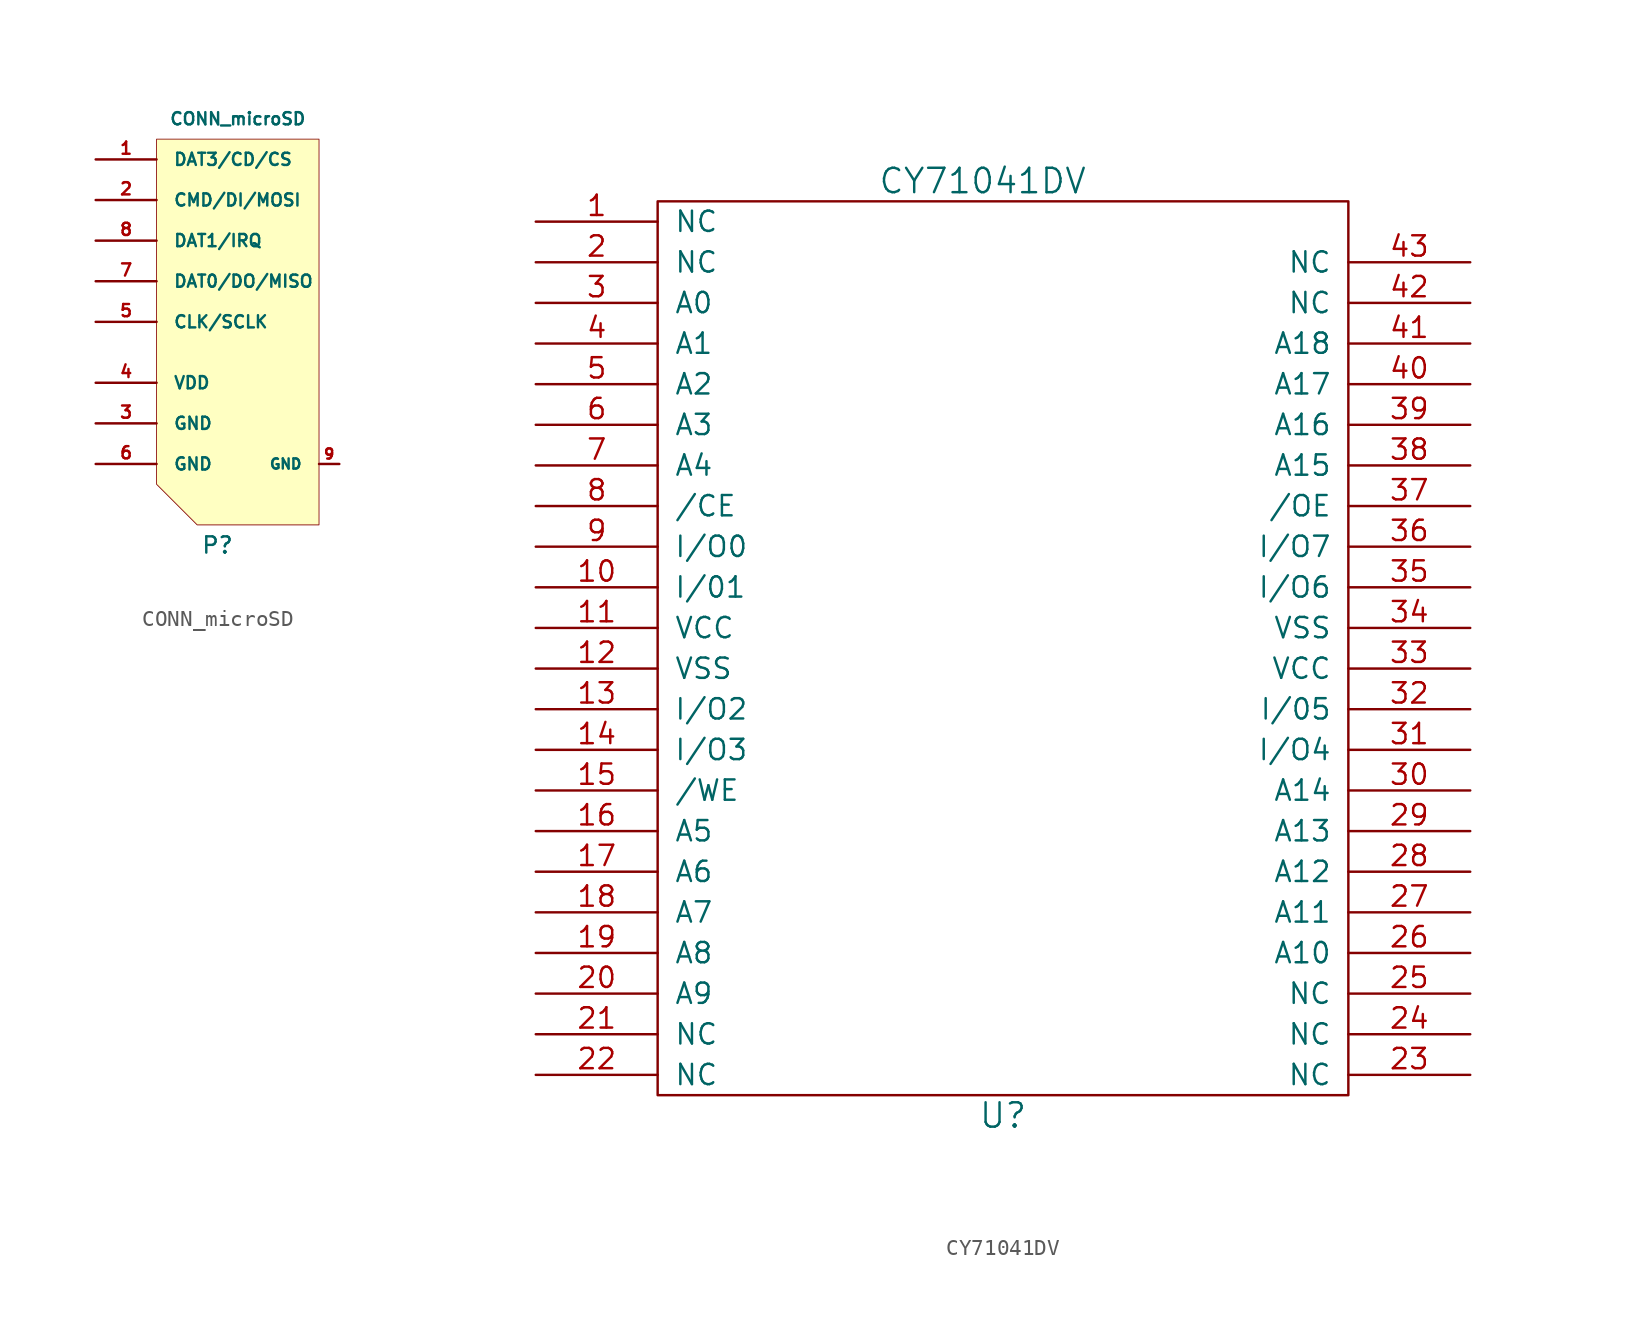
<source format=kicad_sym>
(kicad_symbol_lib
  (version 20211014)
  (generator kicad_symbol_editor)
  (symbol "CONN_microSD"
    (pin_names
      (offset 1.016))
    (property "Reference" "P"
      (at 0 -12.7 0)
      (effects (font (size 1.016 1.016))))
    (property "Value" "CONN_microSD"
      (at 1.27 13.97 0)
      (effects (font (size 0.762 0.762))))
    (property "Footprint" ""
      (at 0 0 0)
      (effects (font (size 1.524 1.524))))
    (property "Datasheet" ""
      (at 0 0 0)
      (effects (font (size 1.524 1.524))))
    (symbol "CONN_microSD_0_1"
      (polyline (pts (xy 6.35 12.7) (xy -3.81 12.7) (xy -3.81 -8.89) (xy -1.27 -11.43) (xy 6.35 -11.43) (xy 6.35 12.7) (xy 6.35 12.7)) (stroke (width 0.051) (type default) (color 0 0 0 0)) (fill (type background))))
    (symbol "CONN_microSD_1_1"
      (pin bidirectional line (at -7.62 11.43 0) (length 3.81) (name "DAT3/CD/CS" (effects (font (size 0.762 0.762)))) (number "1" (effects (font (size 0.762 0.762)))))
      (pin bidirectional line (at -7.62 8.89 0) (length 3.81) (name "CMD/DI/MOSI" (effects (font (size 0.762 0.762)))) (number "2" (effects (font (size 0.762 0.762)))))
      (pin power_in line (at -7.62 -5.08 0) (length 3.81) (name "GND" (effects (font (size 0.762 0.762)))) (number "3" (effects (font (size 0.762 0.762)))))
      (pin input line (at -7.62 -2.54 0) (length 3.81) (name "VDD" (effects (font (size 0.762 0.762)))) (number "4" (effects (font (size 0.762 0.762)))))
      (pin input line (at -7.62 1.27 0) (length 3.81) (name "CLK/SCLK" (effects (font (size 0.762 0.762)))) (number "5" (effects (font (size 0.762 0.762)))))
      (pin power_in line (at -7.62 -7.62 0) (length 3.81) (name "GND" (effects (font (size 0.762 0.762)))) (number "6" (effects (font (size 0.762 0.762)))))
      (pin bidirectional line (at -7.62 3.81 0) (length 3.81) (name "DAT0/DO/MISO" (effects (font (size 0.762 0.762)))) (number "7" (effects (font (size 0.762 0.762)))))
      (pin bidirectional line (at -7.62 6.35 0) (length 3.81) (name "DAT1/IRQ" (effects (font (size 0.762 0.762)))) (number "8" (effects (font (size 0.762 0.762)))))
      (pin power_in line (at 7.62 -7.62 180) (length 1.27) (name "GND" (effects (font (size 0.635 0.635)))) (number "9" (effects (font (size 0.635 0.635)))))))
  (symbol "CY71041DV"
    (pin_names
      (offset 1.016))
    (property "Reference" "U"
      (at 0 -27.94 0)
      (effects (font (size 1.524 1.524))))
    (property "Value" "CY71041DV"
      (at -1.27 30.48 0)
      (effects (font (size 1.524 1.524))))
    (property "Datasheet" ""
      (at 0 0 0)
      (effects (font (size 1.524 1.524))))
    (symbol "CY71041DV_0_1"
      (rectangle (start -21.59 29.21) (end 21.59 -26.67) (stroke (width 0) (type default) (color 0 0 0 0)) (fill (type none))))
    (symbol "CY71041DV_1_1"
      (pin input line (at -29.21 27.94 0) (length 7.62) (name "NC" (effects (font (size 1.27 1.27)))) (number "1" (effects (font (size 1.27 1.27)))))
      (pin input line (at -29.21 5.08 0) (length 7.62) (name "I/01" (effects (font (size 1.27 1.27)))) (number "10" (effects (font (size 1.27 1.27)))))
      (pin input line (at -29.21 2.54 0) (length 7.62) (name "VCC" (effects (font (size 1.27 1.27)))) (number "11" (effects (font (size 1.27 1.27)))))
      (pin input line (at -29.21 0 0) (length 7.62) (name "VSS" (effects (font (size 1.27 1.27)))) (number "12" (effects (font (size 1.27 1.27)))))
      (pin input line (at -29.21 -2.54 0) (length 7.62) (name "I/O2" (effects (font (size 1.27 1.27)))) (number "13" (effects (font (size 1.27 1.27)))))
      (pin input line (at -29.21 -5.08 0) (length 7.62) (name "I/O3" (effects (font (size 1.27 1.27)))) (number "14" (effects (font (size 1.27 1.27)))))
      (pin input line (at -29.21 -7.62 0) (length 7.62) (name "/WE" (effects (font (size 1.27 1.27)))) (number "15" (effects (font (size 1.27 1.27)))))
      (pin input line (at -29.21 -10.16 0) (length 7.62) (name "A5" (effects (font (size 1.27 1.27)))) (number "16" (effects (font (size 1.27 1.27)))))
      (pin input line (at -29.21 -12.7 0) (length 7.62) (name "A6" (effects (font (size 1.27 1.27)))) (number "17" (effects (font (size 1.27 1.27)))))
      (pin input line (at -29.21 -15.24 0) (length 7.62) (name "A7" (effects (font (size 1.27 1.27)))) (number "18" (effects (font (size 1.27 1.27)))))
      (pin input line (at -29.21 -17.78 0) (length 7.62) (name "A8" (effects (font (size 1.27 1.27)))) (number "19" (effects (font (size 1.27 1.27)))))
      (pin input line (at -29.21 25.4 0) (length 7.62) (name "NC" (effects (font (size 1.27 1.27)))) (number "2" (effects (font (size 1.27 1.27)))))
      (pin input line (at -29.21 -20.32 0) (length 7.62) (name "A9" (effects (font (size 1.27 1.27)))) (number "20" (effects (font (size 1.27 1.27)))))
      (pin input line (at -29.21 -22.86 0) (length 7.62) (name "NC" (effects (font (size 1.27 1.27)))) (number "21" (effects (font (size 1.27 1.27)))))
      (pin input line (at -29.21 -25.4 0) (length 7.62) (name "NC" (effects (font (size 1.27 1.27)))) (number "22" (effects (font (size 1.27 1.27)))))
      (pin input line (at 29.21 -25.4 180) (length 7.62) (name "NC" (effects (font (size 1.27 1.27)))) (number "23" (effects (font (size 1.27 1.27)))))
      (pin input line (at 29.21 -22.86 180) (length 7.62) (name "NC" (effects (font (size 1.27 1.27)))) (number "24" (effects (font (size 1.27 1.27)))))
      (pin input line (at 29.21 -20.32 180) (length 7.62) (name "NC" (effects (font (size 1.27 1.27)))) (number "25" (effects (font (size 1.27 1.27)))))
      (pin input line (at 29.21 -17.78 180) (length 7.62) (name "A10" (effects (font (size 1.27 1.27)))) (number "26" (effects (font (size 1.27 1.27)))))
      (pin input line (at 29.21 -15.24 180) (length 7.62) (name "A11" (effects (font (size 1.27 1.27)))) (number "27" (effects (font (size 1.27 1.27)))))
      (pin input line (at 29.21 -12.7 180) (length 7.62) (name "A12" (effects (font (size 1.27 1.27)))) (number "28" (effects (font (size 1.27 1.27)))))
      (pin input line (at 29.21 -10.16 180) (length 7.62) (name "A13" (effects (font (size 1.27 1.27)))) (number "29" (effects (font (size 1.27 1.27)))))
      (pin input line (at -29.21 22.86 0) (length 7.62) (name "A0" (effects (font (size 1.27 1.27)))) (number "3" (effects (font (size 1.27 1.27)))))
      (pin input line (at 29.21 -7.62 180) (length 7.62) (name "A14" (effects (font (size 1.27 1.27)))) (number "30" (effects (font (size 1.27 1.27)))))
      (pin input line (at 29.21 -5.08 180) (length 7.62) (name "I/O4" (effects (font (size 1.27 1.27)))) (number "31" (effects (font (size 1.27 1.27)))))
      (pin input line (at 29.21 -2.54 180) (length 7.62) (name "I/05" (effects (font (size 1.27 1.27)))) (number "32" (effects (font (size 1.27 1.27)))))
      (pin input line (at 29.21 0 180) (length 7.62) (name "VCC" (effects (font (size 1.27 1.27)))) (number "33" (effects (font (size 1.27 1.27)))))
      (pin input line (at 29.21 2.54 180) (length 7.62) (name "VSS" (effects (font (size 1.27 1.27)))) (number "34" (effects (font (size 1.27 1.27)))))
      (pin input line (at 29.21 5.08 180) (length 7.62) (name "I/O6" (effects (font (size 1.27 1.27)))) (number "35" (effects (font (size 1.27 1.27)))))
      (pin input line (at 29.21 7.62 180) (length 7.62) (name "I/O7" (effects (font (size 1.27 1.27)))) (number "36" (effects (font (size 1.27 1.27)))))
      (pin input line (at 29.21 10.16 180) (length 7.62) (name "/OE" (effects (font (size 1.27 1.27)))) (number "37" (effects (font (size 1.27 1.27)))))
      (pin input line (at 29.21 12.7 180) (length 7.62) (name "A15" (effects (font (size 1.27 1.27)))) (number "38" (effects (font (size 1.27 1.27)))))
      (pin input line (at 29.21 15.24 180) (length 7.62) (name "A16" (effects (font (size 1.27 1.27)))) (number "39" (effects (font (size 1.27 1.27)))))
      (pin input line (at -29.21 20.32 0) (length 7.62) (name "A1" (effects (font (size 1.27 1.27)))) (number "4" (effects (font (size 1.27 1.27)))))
      (pin input line (at 29.21 17.78 180) (length 7.62) (name "A17" (effects (font (size 1.27 1.27)))) (number "40" (effects (font (size 1.27 1.27)))))
      (pin input line (at 29.21 20.32 180) (length 7.62) (name "A18" (effects (font (size 1.27 1.27)))) (number "41" (effects (font (size 1.27 1.27)))))
      (pin input line (at 29.21 22.86 180) (length 7.62) (name "NC" (effects (font (size 1.27 1.27)))) (number "42" (effects (font (size 1.27 1.27)))))
      (pin input line (at 29.21 25.4 180) (length 7.62) (name "NC" (effects (font (size 1.27 1.27)))) (number "43" (effects (font (size 1.27 1.27)))))
      (pin input line (at -29.21 17.78 0) (length 7.62) (name "A2" (effects (font (size 1.27 1.27)))) (number "5" (effects (font (size 1.27 1.27)))))
      (pin input line (at -29.21 15.24 0) (length 7.62) (name "A3" (effects (font (size 1.27 1.27)))) (number "6" (effects (font (size 1.27 1.27)))))
      (pin input line (at -29.21 12.7 0) (length 7.62) (name "A4" (effects (font (size 1.27 1.27)))) (number "7" (effects (font (size 1.27 1.27)))))
      (pin input line (at -29.21 10.16 0) (length 7.62) (name "/CE" (effects (font (size 1.27 1.27)))) (number "8" (effects (font (size 1.27 1.27)))))
      (pin input line (at -29.21 7.62 0) (length 7.62) (name "I/O0" (effects (font (size 1.27 1.27)))) (number "9" (effects (font (size 1.27 1.27))))))))
</source>
